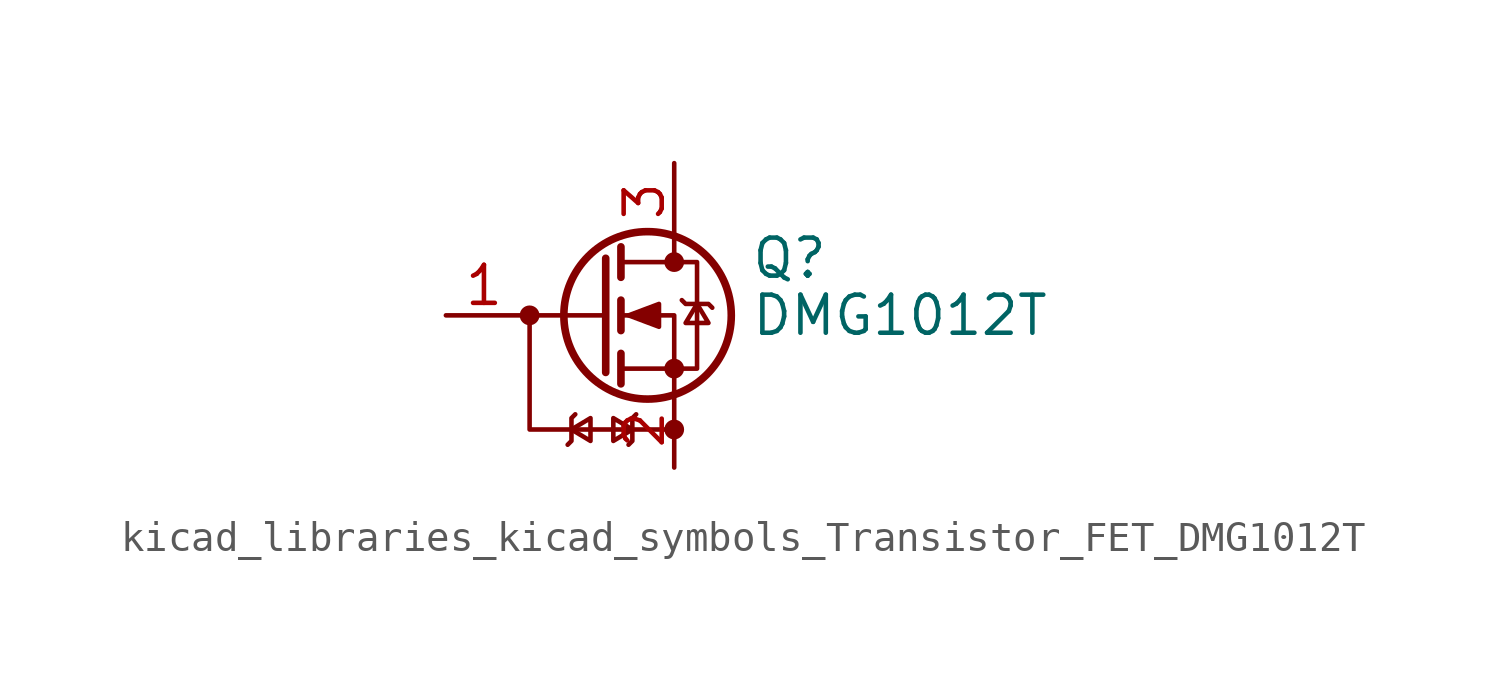
<source format=kicad_sym>
(kicad_symbol_lib
  (version 20220914)
  (generator kicad_symbol_editor)
  (symbol "kicad_libraries_kicad_symbols_Transistor_FET_DMG1012T"
    (pin_names
      (offset 0) hide)
    (property "Reference" "Q"
      (at 5.08 1.905 0)
      (effects (font (size 1.27 1.27)) (justify left)))
    (property "Value" "DMG1012T"
      (at 5.08 0 0)
      (effects (font (size 1.27 1.27)) (justify left)))
    (symbol "kicad_libraries_kicad_symbols_Transistor_FET_DMG1012T_0_1"
      (polyline (pts (xy 2.54 -3.81) (xy -2.286 -3.81) (xy -2.286 0)) (stroke (width 0) (type default)) (fill (type none))))
    (symbol "kicad_libraries_kicad_symbols_Transistor_FET_DMG1012T_1_1"
      (circle (center -2.286 0) (radius 0.254) (stroke (width 0) (type default)) (fill (type outline)))
      (polyline (pts (xy 0.254 0) (xy -2.54 0)) (stroke (width 0) (type default)) (fill (type none)))
      (polyline (pts (xy 0.254 1.905) (xy 0.254 -1.905)) (stroke (width 0.254) (type default)) (fill (type none)))
      (polyline (pts (xy 0.762 -1.27) (xy 0.762 -2.286)) (stroke (width 0.254) (type default)) (fill (type none)))
      (polyline (pts (xy 0.762 0.508) (xy 0.762 -0.508)) (stroke (width 0.254) (type default)) (fill (type none)))
      (polyline (pts (xy 0.762 2.286) (xy 0.762 1.27)) (stroke (width 0.254) (type default)) (fill (type none)))
      (polyline (pts (xy 2.54 2.54) (xy 2.54 1.778)) (stroke (width 0) (type default)) (fill (type none)))
      (polyline (pts (xy 2.54 -2.54) (xy 2.54 0) (xy 0.762 0)) (stroke (width 0) (type default)) (fill (type none)))
      (polyline (pts (xy -1.016 -4.318) (xy -0.889 -4.191) (xy -0.889 -3.429) (xy -0.762 -3.302)) (stroke (width 0) (type default)) (fill (type none)))
      (polyline (pts (xy -0.889 -3.81) (xy -0.254 -4.191) (xy -0.254 -3.429) (xy -0.889 -3.81)) (stroke (width 0) (type default)) (fill (type none)))
      (polyline (pts (xy 0.762 -1.778) (xy 3.302 -1.778) (xy 3.302 1.778) (xy 0.762 1.778)) (stroke (width 0) (type default)) (fill (type none)))
      (polyline (pts (xy 1.016 0) (xy 2.032 0.381) (xy 2.032 -0.381) (xy 1.016 0)) (stroke (width 0) (type default)) (fill (type outline)))
      (polyline (pts (xy 1.143 -3.81) (xy 0.508 -3.429) (xy 0.508 -4.191) (xy 1.143 -3.81)) (stroke (width 0) (type default)) (fill (type none)))
      (polyline (pts (xy 1.27 -3.302) (xy 1.143 -3.429) (xy 1.143 -4.191) (xy 1.016 -4.318)) (stroke (width 0) (type default)) (fill (type none)))
      (polyline (pts (xy 2.794 0.508) (xy 2.921 0.381) (xy 3.683 0.381) (xy 3.81 0.254)) (stroke (width 0) (type default)) (fill (type none)))
      (polyline (pts (xy 3.302 0.381) (xy 2.921 -0.254) (xy 3.683 -0.254) (xy 3.302 0.381)) (stroke (width 0) (type default)) (fill (type none)))
      (circle (center 1.651 0) (radius 2.794) (stroke (width 0.254) (type default)) (fill (type none)))
      (circle (center 2.54 -3.81) (radius 0.254) (stroke (width 0) (type default)) (fill (type outline)))
      (circle (center 2.54 -1.778) (radius 0.254) (stroke (width 0) (type default)) (fill (type outline)))
      (circle (center 2.54 1.778) (radius 0.254) (stroke (width 0) (type default)) (fill (type outline)))
      (pin input line (at -5.08 0 0) (length 2.54) (name "G" (effects (font (size 1.27 1.27)))) (number "1" (effects (font (size 1.27 1.27)))))
      (pin passive line (at 2.54 -5.08 90) (length 2.54) (name "S" (effects (font (size 1.27 1.27)))) (number "2" (effects (font (size 1.27 1.27)))))
      (pin passive line (at 2.54 5.08 270) (length 2.54) (name "D" (effects (font (size 1.27 1.27)))) (number "3" (effects (font (size 1.27 1.27))))))))
</source>
